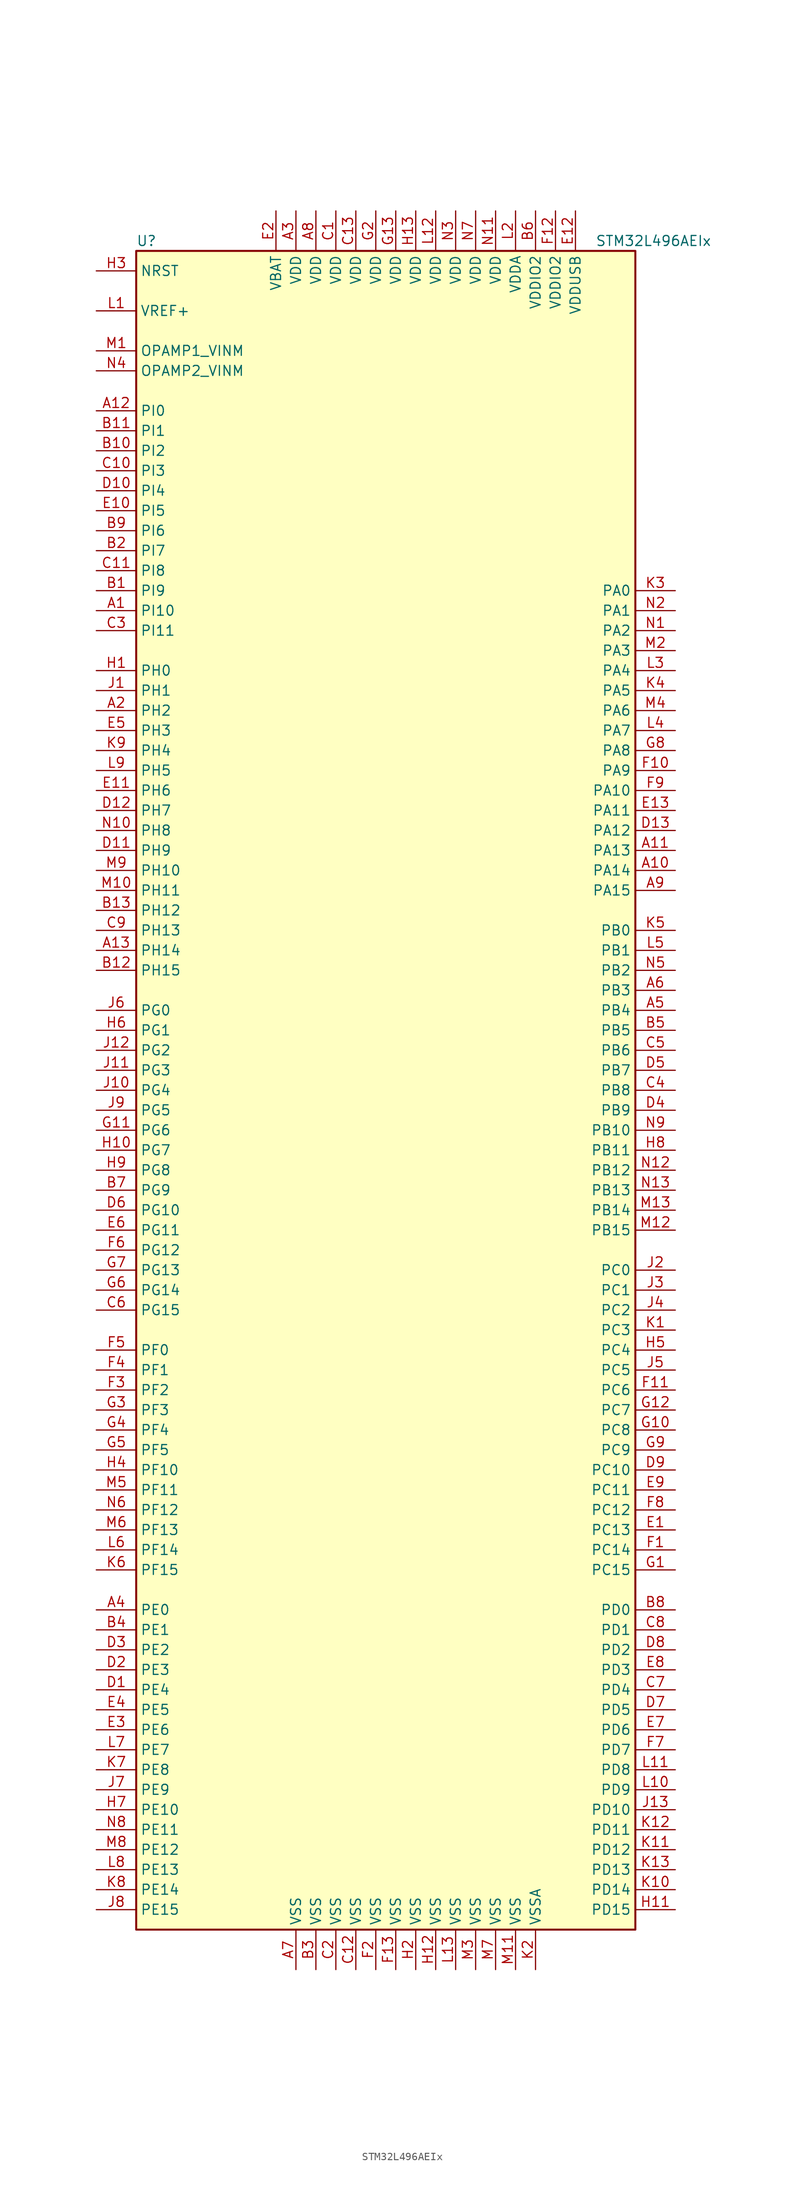
<source format=kicad_sym>
(kicad_symbol_lib
  (version 20201005)
  (generator kicad_symbol_editor)
  (symbol "STM32L496AEIx"
    (property "Reference" "U"
      (at -33.02 107.95 0)
      (effects (font (size 1.27 1.27)) (justify left)))
    (property "Value" "STM32L496AEIx"
      (at 25.4 107.95 0)
      (effects (font (size 1.27 1.27)) (justify left)))
    (symbol "STM32L496AEIx_0_1"
      (rectangle (start -33.02 -106.68) (end 30.48 106.68) (stroke (width 0.254)) (fill (type background))))
    (symbol "STM32L496AEIx_1_1"
      (pin bidirectional line (at -38.1 60.96 0) (length 5.08) (name "PI10" (effects (font (size 1.27 1.27)))) (number "A1" (effects (font (size 1.27 1.27)))))
      (pin bidirectional line (at 35.56 27.94 180) (length 5.08) (name "PA14" (effects (font (size 1.27 1.27)))) (number "A10" (effects (font (size 1.27 1.27)))))
      (pin bidirectional line (at 35.56 30.48 180) (length 5.08) (name "PA13" (effects (font (size 1.27 1.27)))) (number "A11" (effects (font (size 1.27 1.27)))))
      (pin bidirectional line (at -38.1 86.36 0) (length 5.08) (name "PI0" (effects (font (size 1.27 1.27)))) (number "A12" (effects (font (size 1.27 1.27)))))
      (pin bidirectional line (at -38.1 17.78 0) (length 5.08) (name "PH14" (effects (font (size 1.27 1.27)))) (number "A13" (effects (font (size 1.27 1.27)))))
      (pin bidirectional line (at -38.1 48.26 0) (length 5.08) (name "PH2" (effects (font (size 1.27 1.27)))) (number "A2" (effects (font (size 1.27 1.27)))))
      (pin power_in line (at -12.7 111.76 270) (length 5.08) (name "VDD" (effects (font (size 1.27 1.27)))) (number "A3" (effects (font (size 1.27 1.27)))))
      (pin bidirectional line (at -38.1 -66.04 0) (length 5.08) (name "PE0" (effects (font (size 1.27 1.27)))) (number "A4" (effects (font (size 1.27 1.27)))))
      (pin bidirectional line (at 35.56 10.16 180) (length 5.08) (name "PB4" (effects (font (size 1.27 1.27)))) (number "A5" (effects (font (size 1.27 1.27)))))
      (pin bidirectional line (at 35.56 12.7 180) (length 5.08) (name "PB3" (effects (font (size 1.27 1.27)))) (number "A6" (effects (font (size 1.27 1.27)))))
      (pin power_in line (at -12.7 -111.76 90) (length 5.08) (name "VSS" (effects (font (size 1.27 1.27)))) (number "A7" (effects (font (size 1.27 1.27)))))
      (pin power_in line (at -10.16 111.76 270) (length 5.08) (name "VDD" (effects (font (size 1.27 1.27)))) (number "A8" (effects (font (size 1.27 1.27)))))
      (pin bidirectional line (at 35.56 25.4 180) (length 5.08) (name "PA15" (effects (font (size 1.27 1.27)))) (number "A9" (effects (font (size 1.27 1.27)))))
      (pin bidirectional line (at -38.1 63.5 0) (length 5.08) (name "PI9" (effects (font (size 1.27 1.27)))) (number "B1" (effects (font (size 1.27 1.27)))))
      (pin bidirectional line (at -38.1 81.28 0) (length 5.08) (name "PI2" (effects (font (size 1.27 1.27)))) (number "B10" (effects (font (size 1.27 1.27)))))
      (pin bidirectional line (at -38.1 83.82 0) (length 5.08) (name "PI1" (effects (font (size 1.27 1.27)))) (number "B11" (effects (font (size 1.27 1.27)))))
      (pin bidirectional line (at -38.1 15.24 0) (length 5.08) (name "PH15" (effects (font (size 1.27 1.27)))) (number "B12" (effects (font (size 1.27 1.27)))))
      (pin bidirectional line (at -38.1 22.86 0) (length 5.08) (name "PH12" (effects (font (size 1.27 1.27)))) (number "B13" (effects (font (size 1.27 1.27)))))
      (pin bidirectional line (at -38.1 68.58 0) (length 5.08) (name "PI7" (effects (font (size 1.27 1.27)))) (number "B2" (effects (font (size 1.27 1.27)))))
      (pin power_in line (at -10.16 -111.76 90) (length 5.08) (name "VSS" (effects (font (size 1.27 1.27)))) (number "B3" (effects (font (size 1.27 1.27)))))
      (pin bidirectional line (at -38.1 -68.58 0) (length 5.08) (name "PE1" (effects (font (size 1.27 1.27)))) (number "B4" (effects (font (size 1.27 1.27)))))
      (pin bidirectional line (at 35.56 7.62 180) (length 5.08) (name "PB5" (effects (font (size 1.27 1.27)))) (number "B5" (effects (font (size 1.27 1.27)))))
      (pin power_in line (at 17.78 111.76 270) (length 5.08) (name "VDDIO2" (effects (font (size 1.27 1.27)))) (number "B6" (effects (font (size 1.27 1.27)))))
      (pin bidirectional line (at -38.1 -12.7 0) (length 5.08) (name "PG9" (effects (font (size 1.27 1.27)))) (number "B7" (effects (font (size 1.27 1.27)))))
      (pin bidirectional line (at 35.56 -66.04 180) (length 5.08) (name "PD0" (effects (font (size 1.27 1.27)))) (number "B8" (effects (font (size 1.27 1.27)))))
      (pin bidirectional line (at -38.1 71.12 0) (length 5.08) (name "PI6" (effects (font (size 1.27 1.27)))) (number "B9" (effects (font (size 1.27 1.27)))))
      (pin power_in line (at -7.62 111.76 270) (length 5.08) (name "VDD" (effects (font (size 1.27 1.27)))) (number "C1" (effects (font (size 1.27 1.27)))))
      (pin bidirectional line (at -38.1 78.74 0) (length 5.08) (name "PI3" (effects (font (size 1.27 1.27)))) (number "C10" (effects (font (size 1.27 1.27)))))
      (pin bidirectional line (at -38.1 66.04 0) (length 5.08) (name "PI8" (effects (font (size 1.27 1.27)))) (number "C11" (effects (font (size 1.27 1.27)))))
      (pin power_in line (at -5.08 -111.76 90) (length 5.08) (name "VSS" (effects (font (size 1.27 1.27)))) (number "C12" (effects (font (size 1.27 1.27)))))
      (pin power_in line (at -5.08 111.76 270) (length 5.08) (name "VDD" (effects (font (size 1.27 1.27)))) (number "C13" (effects (font (size 1.27 1.27)))))
      (pin power_in line (at -7.62 -111.76 90) (length 5.08) (name "VSS" (effects (font (size 1.27 1.27)))) (number "C2" (effects (font (size 1.27 1.27)))))
      (pin bidirectional line (at -38.1 58.42 0) (length 5.08) (name "PI11" (effects (font (size 1.27 1.27)))) (number "C3" (effects (font (size 1.27 1.27)))))
      (pin bidirectional line (at 35.56 0 180) (length 5.08) (name "PB8" (effects (font (size 1.27 1.27)))) (number "C4" (effects (font (size 1.27 1.27)))))
      (pin bidirectional line (at 35.56 5.08 180) (length 5.08) (name "PB6" (effects (font (size 1.27 1.27)))) (number "C5" (effects (font (size 1.27 1.27)))))
      (pin bidirectional line (at -38.1 -27.94 0) (length 5.08) (name "PG15" (effects (font (size 1.27 1.27)))) (number "C6" (effects (font (size 1.27 1.27)))))
      (pin bidirectional line (at 35.56 -76.2 180) (length 5.08) (name "PD4" (effects (font (size 1.27 1.27)))) (number "C7" (effects (font (size 1.27 1.27)))))
      (pin bidirectional line (at 35.56 -68.58 180) (length 5.08) (name "PD1" (effects (font (size 1.27 1.27)))) (number "C8" (effects (font (size 1.27 1.27)))))
      (pin bidirectional line (at -38.1 20.32 0) (length 5.08) (name "PH13" (effects (font (size 1.27 1.27)))) (number "C9" (effects (font (size 1.27 1.27)))))
      (pin bidirectional line (at -38.1 -76.2 0) (length 5.08) (name "PE4" (effects (font (size 1.27 1.27)))) (number "D1" (effects (font (size 1.27 1.27)))))
      (pin bidirectional line (at -38.1 76.2 0) (length 5.08) (name "PI4" (effects (font (size 1.27 1.27)))) (number "D10" (effects (font (size 1.27 1.27)))))
      (pin bidirectional line (at -38.1 30.48 0) (length 5.08) (name "PH9" (effects (font (size 1.27 1.27)))) (number "D11" (effects (font (size 1.27 1.27)))))
      (pin bidirectional line (at -38.1 35.56 0) (length 5.08) (name "PH7" (effects (font (size 1.27 1.27)))) (number "D12" (effects (font (size 1.27 1.27)))))
      (pin bidirectional line (at 35.56 33.02 180) (length 5.08) (name "PA12" (effects (font (size 1.27 1.27)))) (number "D13" (effects (font (size 1.27 1.27)))))
      (pin bidirectional line (at -38.1 -73.66 0) (length 5.08) (name "PE3" (effects (font (size 1.27 1.27)))) (number "D2" (effects (font (size 1.27 1.27)))))
      (pin bidirectional line (at -38.1 -71.12 0) (length 5.08) (name "PE2" (effects (font (size 1.27 1.27)))) (number "D3" (effects (font (size 1.27 1.27)))))
      (pin bidirectional line (at 35.56 -2.54 180) (length 5.08) (name "PB9" (effects (font (size 1.27 1.27)))) (number "D4" (effects (font (size 1.27 1.27)))))
      (pin bidirectional line (at 35.56 2.54 180) (length 5.08) (name "PB7" (effects (font (size 1.27 1.27)))) (number "D5" (effects (font (size 1.27 1.27)))))
      (pin bidirectional line (at -38.1 -15.24 0) (length 5.08) (name "PG10" (effects (font (size 1.27 1.27)))) (number "D6" (effects (font (size 1.27 1.27)))))
      (pin bidirectional line (at 35.56 -78.74 180) (length 5.08) (name "PD5" (effects (font (size 1.27 1.27)))) (number "D7" (effects (font (size 1.27 1.27)))))
      (pin bidirectional line (at 35.56 -71.12 180) (length 5.08) (name "PD2" (effects (font (size 1.27 1.27)))) (number "D8" (effects (font (size 1.27 1.27)))))
      (pin bidirectional line (at 35.56 -48.26 180) (length 5.08) (name "PC10" (effects (font (size 1.27 1.27)))) (number "D9" (effects (font (size 1.27 1.27)))))
      (pin bidirectional line (at 35.56 -55.88 180) (length 5.08) (name "PC13" (effects (font (size 1.27 1.27)))) (number "E1" (effects (font (size 1.27 1.27)))))
      (pin bidirectional line (at -38.1 73.66 0) (length 5.08) (name "PI5" (effects (font (size 1.27 1.27)))) (number "E10" (effects (font (size 1.27 1.27)))))
      (pin bidirectional line (at -38.1 38.1 0) (length 5.08) (name "PH6" (effects (font (size 1.27 1.27)))) (number "E11" (effects (font (size 1.27 1.27)))))
      (pin power_in line (at 22.86 111.76 270) (length 5.08) (name "VDDUSB" (effects (font (size 1.27 1.27)))) (number "E12" (effects (font (size 1.27 1.27)))))
      (pin bidirectional line (at 35.56 35.56 180) (length 5.08) (name "PA11" (effects (font (size 1.27 1.27)))) (number "E13" (effects (font (size 1.27 1.27)))))
      (pin power_in line (at -15.24 111.76 270) (length 5.08) (name "VBAT" (effects (font (size 1.27 1.27)))) (number "E2" (effects (font (size 1.27 1.27)))))
      (pin bidirectional line (at -38.1 -81.28 0) (length 5.08) (name "PE6" (effects (font (size 1.27 1.27)))) (number "E3" (effects (font (size 1.27 1.27)))))
      (pin bidirectional line (at -38.1 -78.74 0) (length 5.08) (name "PE5" (effects (font (size 1.27 1.27)))) (number "E4" (effects (font (size 1.27 1.27)))))
      (pin bidirectional line (at -38.1 45.72 0) (length 5.08) (name "PH3" (effects (font (size 1.27 1.27)))) (number "E5" (effects (font (size 1.27 1.27)))))
      (pin bidirectional line (at -38.1 -17.78 0) (length 5.08) (name "PG11" (effects (font (size 1.27 1.27)))) (number "E6" (effects (font (size 1.27 1.27)))))
      (pin bidirectional line (at 35.56 -81.28 180) (length 5.08) (name "PD6" (effects (font (size 1.27 1.27)))) (number "E7" (effects (font (size 1.27 1.27)))))
      (pin bidirectional line (at 35.56 -73.66 180) (length 5.08) (name "PD3" (effects (font (size 1.27 1.27)))) (number "E8" (effects (font (size 1.27 1.27)))))
      (pin bidirectional line (at 35.56 -50.8 180) (length 5.08) (name "PC11" (effects (font (size 1.27 1.27)))) (number "E9" (effects (font (size 1.27 1.27)))))
      (pin bidirectional line (at 35.56 -58.42 180) (length 5.08) (name "PC14" (effects (font (size 1.27 1.27)))) (number "F1" (effects (font (size 1.27 1.27)))))
      (pin bidirectional line (at 35.56 40.64 180) (length 5.08) (name "PA9" (effects (font (size 1.27 1.27)))) (number "F10" (effects (font (size 1.27 1.27)))))
      (pin bidirectional line (at 35.56 -38.1 180) (length 5.08) (name "PC6" (effects (font (size 1.27 1.27)))) (number "F11" (effects (font (size 1.27 1.27)))))
      (pin power_in line (at 20.32 111.76 270) (length 5.08) (name "VDDIO2" (effects (font (size 1.27 1.27)))) (number "F12" (effects (font (size 1.27 1.27)))))
      (pin power_in line (at 0 -111.76 90) (length 5.08) (name "VSS" (effects (font (size 1.27 1.27)))) (number "F13" (effects (font (size 1.27 1.27)))))
      (pin power_in line (at -2.54 -111.76 90) (length 5.08) (name "VSS" (effects (font (size 1.27 1.27)))) (number "F2" (effects (font (size 1.27 1.27)))))
      (pin bidirectional line (at -38.1 -38.1 0) (length 5.08) (name "PF2" (effects (font (size 1.27 1.27)))) (number "F3" (effects (font (size 1.27 1.27)))))
      (pin bidirectional line (at -38.1 -35.56 0) (length 5.08) (name "PF1" (effects (font (size 1.27 1.27)))) (number "F4" (effects (font (size 1.27 1.27)))))
      (pin bidirectional line (at -38.1 -33.02 0) (length 5.08) (name "PF0" (effects (font (size 1.27 1.27)))) (number "F5" (effects (font (size 1.27 1.27)))))
      (pin bidirectional line (at -38.1 -20.32 0) (length 5.08) (name "PG12" (effects (font (size 1.27 1.27)))) (number "F6" (effects (font (size 1.27 1.27)))))
      (pin bidirectional line (at 35.56 -83.82 180) (length 5.08) (name "PD7" (effects (font (size 1.27 1.27)))) (number "F7" (effects (font (size 1.27 1.27)))))
      (pin bidirectional line (at 35.56 -53.34 180) (length 5.08) (name "PC12" (effects (font (size 1.27 1.27)))) (number "F8" (effects (font (size 1.27 1.27)))))
      (pin bidirectional line (at 35.56 38.1 180) (length 5.08) (name "PA10" (effects (font (size 1.27 1.27)))) (number "F9" (effects (font (size 1.27 1.27)))))
      (pin bidirectional line (at 35.56 -60.96 180) (length 5.08) (name "PC15" (effects (font (size 1.27 1.27)))) (number "G1" (effects (font (size 1.27 1.27)))))
      (pin bidirectional line (at 35.56 -43.18 180) (length 5.08) (name "PC8" (effects (font (size 1.27 1.27)))) (number "G10" (effects (font (size 1.27 1.27)))))
      (pin bidirectional line (at -38.1 -5.08 0) (length 5.08) (name "PG6" (effects (font (size 1.27 1.27)))) (number "G11" (effects (font (size 1.27 1.27)))))
      (pin bidirectional line (at 35.56 -40.64 180) (length 5.08) (name "PC7" (effects (font (size 1.27 1.27)))) (number "G12" (effects (font (size 1.27 1.27)))))
      (pin power_in line (at 0 111.76 270) (length 5.08) (name "VDD" (effects (font (size 1.27 1.27)))) (number "G13" (effects (font (size 1.27 1.27)))))
      (pin power_in line (at -2.54 111.76 270) (length 5.08) (name "VDD" (effects (font (size 1.27 1.27)))) (number "G2" (effects (font (size 1.27 1.27)))))
      (pin bidirectional line (at -38.1 -40.64 0) (length 5.08) (name "PF3" (effects (font (size 1.27 1.27)))) (number "G3" (effects (font (size 1.27 1.27)))))
      (pin bidirectional line (at -38.1 -43.18 0) (length 5.08) (name "PF4" (effects (font (size 1.27 1.27)))) (number "G4" (effects (font (size 1.27 1.27)))))
      (pin bidirectional line (at -38.1 -45.72 0) (length 5.08) (name "PF5" (effects (font (size 1.27 1.27)))) (number "G5" (effects (font (size 1.27 1.27)))))
      (pin bidirectional line (at -38.1 -25.4 0) (length 5.08) (name "PG14" (effects (font (size 1.27 1.27)))) (number "G6" (effects (font (size 1.27 1.27)))))
      (pin bidirectional line (at -38.1 -22.86 0) (length 5.08) (name "PG13" (effects (font (size 1.27 1.27)))) (number "G7" (effects (font (size 1.27 1.27)))))
      (pin bidirectional line (at 35.56 43.18 180) (length 5.08) (name "PA8" (effects (font (size 1.27 1.27)))) (number "G8" (effects (font (size 1.27 1.27)))))
      (pin bidirectional line (at 35.56 -45.72 180) (length 5.08) (name "PC9" (effects (font (size 1.27 1.27)))) (number "G9" (effects (font (size 1.27 1.27)))))
      (pin input line (at -38.1 53.34 0) (length 5.08) (name "PH0" (effects (font (size 1.27 1.27)))) (number "H1" (effects (font (size 1.27 1.27)))))
      (pin bidirectional line (at -38.1 -7.62 0) (length 5.08) (name "PG7" (effects (font (size 1.27 1.27)))) (number "H10" (effects (font (size 1.27 1.27)))))
      (pin bidirectional line (at 35.56 -104.14 180) (length 5.08) (name "PD15" (effects (font (size 1.27 1.27)))) (number "H11" (effects (font (size 1.27 1.27)))))
      (pin power_in line (at 5.08 -111.76 90) (length 5.08) (name "VSS" (effects (font (size 1.27 1.27)))) (number "H12" (effects (font (size 1.27 1.27)))))
      (pin power_in line (at 2.54 111.76 270) (length 5.08) (name "VDD" (effects (font (size 1.27 1.27)))) (number "H13" (effects (font (size 1.27 1.27)))))
      (pin power_in line (at 2.54 -111.76 90) (length 5.08) (name "VSS" (effects (font (size 1.27 1.27)))) (number "H2" (effects (font (size 1.27 1.27)))))
      (pin input line (at -38.1 104.14 0) (length 5.08) (name "NRST" (effects (font (size 1.27 1.27)))) (number "H3" (effects (font (size 1.27 1.27)))))
      (pin bidirectional line (at -38.1 -48.26 0) (length 5.08) (name "PF10" (effects (font (size 1.27 1.27)))) (number "H4" (effects (font (size 1.27 1.27)))))
      (pin bidirectional line (at 35.56 -33.02 180) (length 5.08) (name "PC4" (effects (font (size 1.27 1.27)))) (number "H5" (effects (font (size 1.27 1.27)))))
      (pin bidirectional line (at -38.1 7.62 0) (length 5.08) (name "PG1" (effects (font (size 1.27 1.27)))) (number "H6" (effects (font (size 1.27 1.27)))))
      (pin bidirectional line (at -38.1 -91.44 0) (length 5.08) (name "PE10" (effects (font (size 1.27 1.27)))) (number "H7" (effects (font (size 1.27 1.27)))))
      (pin bidirectional line (at 35.56 -7.62 180) (length 5.08) (name "PB11" (effects (font (size 1.27 1.27)))) (number "H8" (effects (font (size 1.27 1.27)))))
      (pin bidirectional line (at -38.1 -10.16 0) (length 5.08) (name "PG8" (effects (font (size 1.27 1.27)))) (number "H9" (effects (font (size 1.27 1.27)))))
      (pin input line (at -38.1 50.8 0) (length 5.08) (name "PH1" (effects (font (size 1.27 1.27)))) (number "J1" (effects (font (size 1.27 1.27)))))
      (pin bidirectional line (at -38.1 0 0) (length 5.08) (name "PG4" (effects (font (size 1.27 1.27)))) (number "J10" (effects (font (size 1.27 1.27)))))
      (pin bidirectional line (at -38.1 2.54 0) (length 5.08) (name "PG3" (effects (font (size 1.27 1.27)))) (number "J11" (effects (font (size 1.27 1.27)))))
      (pin bidirectional line (at -38.1 5.08 0) (length 5.08) (name "PG2" (effects (font (size 1.27 1.27)))) (number "J12" (effects (font (size 1.27 1.27)))))
      (pin bidirectional line (at 35.56 -91.44 180) (length 5.08) (name "PD10" (effects (font (size 1.27 1.27)))) (number "J13" (effects (font (size 1.27 1.27)))))
      (pin bidirectional line (at 35.56 -22.86 180) (length 5.08) (name "PC0" (effects (font (size 1.27 1.27)))) (number "J2" (effects (font (size 1.27 1.27)))))
      (pin bidirectional line (at 35.56 -25.4 180) (length 5.08) (name "PC1" (effects (font (size 1.27 1.27)))) (number "J3" (effects (font (size 1.27 1.27)))))
      (pin bidirectional line (at 35.56 -27.94 180) (length 5.08) (name "PC2" (effects (font (size 1.27 1.27)))) (number "J4" (effects (font (size 1.27 1.27)))))
      (pin bidirectional line (at 35.56 -35.56 180) (length 5.08) (name "PC5" (effects (font (size 1.27 1.27)))) (number "J5" (effects (font (size 1.27 1.27)))))
      (pin bidirectional line (at -38.1 10.16 0) (length 5.08) (name "PG0" (effects (font (size 1.27 1.27)))) (number "J6" (effects (font (size 1.27 1.27)))))
      (pin bidirectional line (at -38.1 -88.9 0) (length 5.08) (name "PE9" (effects (font (size 1.27 1.27)))) (number "J7" (effects (font (size 1.27 1.27)))))
      (pin bidirectional line (at -38.1 -104.14 0) (length 5.08) (name "PE15" (effects (font (size 1.27 1.27)))) (number "J8" (effects (font (size 1.27 1.27)))))
      (pin bidirectional line (at -38.1 -2.54 0) (length 5.08) (name "PG5" (effects (font (size 1.27 1.27)))) (number "J9" (effects (font (size 1.27 1.27)))))
      (pin bidirectional line (at 35.56 -30.48 180) (length 5.08) (name "PC3" (effects (font (size 1.27 1.27)))) (number "K1" (effects (font (size 1.27 1.27)))))
      (pin bidirectional line (at 35.56 -101.6 180) (length 5.08) (name "PD14" (effects (font (size 1.27 1.27)))) (number "K10" (effects (font (size 1.27 1.27)))))
      (pin bidirectional line (at 35.56 -96.52 180) (length 5.08) (name "PD12" (effects (font (size 1.27 1.27)))) (number "K11" (effects (font (size 1.27 1.27)))))
      (pin bidirectional line (at 35.56 -93.98 180) (length 5.08) (name "PD11" (effects (font (size 1.27 1.27)))) (number "K12" (effects (font (size 1.27 1.27)))))
      (pin bidirectional line (at 35.56 -99.06 180) (length 5.08) (name "PD13" (effects (font (size 1.27 1.27)))) (number "K13" (effects (font (size 1.27 1.27)))))
      (pin power_in line (at 17.78 -111.76 90) (length 5.08) (name "VSSA" (effects (font (size 1.27 1.27)))) (number "K2" (effects (font (size 1.27 1.27)))))
      (pin bidirectional line (at 35.56 63.5 180) (length 5.08) (name "PA0" (effects (font (size 1.27 1.27)))) (number "K3" (effects (font (size 1.27 1.27)))))
      (pin bidirectional line (at 35.56 50.8 180) (length 5.08) (name "PA5" (effects (font (size 1.27 1.27)))) (number "K4" (effects (font (size 1.27 1.27)))))
      (pin bidirectional line (at 35.56 20.32 180) (length 5.08) (name "PB0" (effects (font (size 1.27 1.27)))) (number "K5" (effects (font (size 1.27 1.27)))))
      (pin bidirectional line (at -38.1 -60.96 0) (length 5.08) (name "PF15" (effects (font (size 1.27 1.27)))) (number "K6" (effects (font (size 1.27 1.27)))))
      (pin bidirectional line (at -38.1 -86.36 0) (length 5.08) (name "PE8" (effects (font (size 1.27 1.27)))) (number "K7" (effects (font (size 1.27 1.27)))))
      (pin bidirectional line (at -38.1 -101.6 0) (length 5.08) (name "PE14" (effects (font (size 1.27 1.27)))) (number "K8" (effects (font (size 1.27 1.27)))))
      (pin bidirectional line (at -38.1 43.18 0) (length 5.08) (name "PH4" (effects (font (size 1.27 1.27)))) (number "K9" (effects (font (size 1.27 1.27)))))
      (pin bidirectional line (at -38.1 99.06 0) (length 5.08) (name "VREF+" (effects (font (size 1.27 1.27)))) (number "L1" (effects (font (size 1.27 1.27)))))
      (pin bidirectional line (at 35.56 -88.9 180) (length 5.08) (name "PD9" (effects (font (size 1.27 1.27)))) (number "L10" (effects (font (size 1.27 1.27)))))
      (pin bidirectional line (at 35.56 -86.36 180) (length 5.08) (name "PD8" (effects (font (size 1.27 1.27)))) (number "L11" (effects (font (size 1.27 1.27)))))
      (pin power_in line (at 5.08 111.76 270) (length 5.08) (name "VDD" (effects (font (size 1.27 1.27)))) (number "L12" (effects (font (size 1.27 1.27)))))
      (pin power_in line (at 7.62 -111.76 90) (length 5.08) (name "VSS" (effects (font (size 1.27 1.27)))) (number "L13" (effects (font (size 1.27 1.27)))))
      (pin power_in line (at 15.24 111.76 270) (length 5.08) (name "VDDA" (effects (font (size 1.27 1.27)))) (number "L2" (effects (font (size 1.27 1.27)))))
      (pin bidirectional line (at 35.56 53.34 180) (length 5.08) (name "PA4" (effects (font (size 1.27 1.27)))) (number "L3" (effects (font (size 1.27 1.27)))))
      (pin bidirectional line (at 35.56 45.72 180) (length 5.08) (name "PA7" (effects (font (size 1.27 1.27)))) (number "L4" (effects (font (size 1.27 1.27)))))
      (pin bidirectional line (at 35.56 17.78 180) (length 5.08) (name "PB1" (effects (font (size 1.27 1.27)))) (number "L5" (effects (font (size 1.27 1.27)))))
      (pin bidirectional line (at -38.1 -58.42 0) (length 5.08) (name "PF14" (effects (font (size 1.27 1.27)))) (number "L6" (effects (font (size 1.27 1.27)))))
      (pin bidirectional line (at -38.1 -83.82 0) (length 5.08) (name "PE7" (effects (font (size 1.27 1.27)))) (number "L7" (effects (font (size 1.27 1.27)))))
      (pin bidirectional line (at -38.1 -99.06 0) (length 5.08) (name "PE13" (effects (font (size 1.27 1.27)))) (number "L8" (effects (font (size 1.27 1.27)))))
      (pin bidirectional line (at -38.1 40.64 0) (length 5.08) (name "PH5" (effects (font (size 1.27 1.27)))) (number "L9" (effects (font (size 1.27 1.27)))))
      (pin bidirectional line (at -38.1 93.98 0) (length 5.08) (name "OPAMP1_VINM" (effects (font (size 1.27 1.27)))) (number "M1" (effects (font (size 1.27 1.27)))))
      (pin bidirectional line (at -38.1 25.4 0) (length 5.08) (name "PH11" (effects (font (size 1.27 1.27)))) (number "M10" (effects (font (size 1.27 1.27)))))
      (pin power_in line (at 15.24 -111.76 90) (length 5.08) (name "VSS" (effects (font (size 1.27 1.27)))) (number "M11" (effects (font (size 1.27 1.27)))))
      (pin bidirectional line (at 35.56 -17.78 180) (length 5.08) (name "PB15" (effects (font (size 1.27 1.27)))) (number "M12" (effects (font (size 1.27 1.27)))))
      (pin bidirectional line (at 35.56 -15.24 180) (length 5.08) (name "PB14" (effects (font (size 1.27 1.27)))) (number "M13" (effects (font (size 1.27 1.27)))))
      (pin bidirectional line (at 35.56 55.88 180) (length 5.08) (name "PA3" (effects (font (size 1.27 1.27)))) (number "M2" (effects (font (size 1.27 1.27)))))
      (pin power_in line (at 10.16 -111.76 90) (length 5.08) (name "VSS" (effects (font (size 1.27 1.27)))) (number "M3" (effects (font (size 1.27 1.27)))))
      (pin bidirectional line (at 35.56 48.26 180) (length 5.08) (name "PA6" (effects (font (size 1.27 1.27)))) (number "M4" (effects (font (size 1.27 1.27)))))
      (pin bidirectional line (at -38.1 -50.8 0) (length 5.08) (name "PF11" (effects (font (size 1.27 1.27)))) (number "M5" (effects (font (size 1.27 1.27)))))
      (pin bidirectional line (at -38.1 -55.88 0) (length 5.08) (name "PF13" (effects (font (size 1.27 1.27)))) (number "M6" (effects (font (size 1.27 1.27)))))
      (pin power_in line (at 12.7 -111.76 90) (length 5.08) (name "VSS" (effects (font (size 1.27 1.27)))) (number "M7" (effects (font (size 1.27 1.27)))))
      (pin bidirectional line (at -38.1 -96.52 0) (length 5.08) (name "PE12" (effects (font (size 1.27 1.27)))) (number "M8" (effects (font (size 1.27 1.27)))))
      (pin bidirectional line (at -38.1 27.94 0) (length 5.08) (name "PH10" (effects (font (size 1.27 1.27)))) (number "M9" (effects (font (size 1.27 1.27)))))
      (pin bidirectional line (at 35.56 58.42 180) (length 5.08) (name "PA2" (effects (font (size 1.27 1.27)))) (number "N1" (effects (font (size 1.27 1.27)))))
      (pin bidirectional line (at -38.1 33.02 0) (length 5.08) (name "PH8" (effects (font (size 1.27 1.27)))) (number "N10" (effects (font (size 1.27 1.27)))))
      (pin power_in line (at 12.7 111.76 270) (length 5.08) (name "VDD" (effects (font (size 1.27 1.27)))) (number "N11" (effects (font (size 1.27 1.27)))))
      (pin bidirectional line (at 35.56 -10.16 180) (length 5.08) (name "PB12" (effects (font (size 1.27 1.27)))) (number "N12" (effects (font (size 1.27 1.27)))))
      (pin bidirectional line (at 35.56 -12.7 180) (length 5.08) (name "PB13" (effects (font (size 1.27 1.27)))) (number "N13" (effects (font (size 1.27 1.27)))))
      (pin bidirectional line (at 35.56 60.96 180) (length 5.08) (name "PA1" (effects (font (size 1.27 1.27)))) (number "N2" (effects (font (size 1.27 1.27)))))
      (pin power_in line (at 7.62 111.76 270) (length 5.08) (name "VDD" (effects (font (size 1.27 1.27)))) (number "N3" (effects (font (size 1.27 1.27)))))
      (pin bidirectional line (at -38.1 91.44 0) (length 5.08) (name "OPAMP2_VINM" (effects (font (size 1.27 1.27)))) (number "N4" (effects (font (size 1.27 1.27)))))
      (pin bidirectional line (at 35.56 15.24 180) (length 5.08) (name "PB2" (effects (font (size 1.27 1.27)))) (number "N5" (effects (font (size 1.27 1.27)))))
      (pin bidirectional line (at -38.1 -53.34 0) (length 5.08) (name "PF12" (effects (font (size 1.27 1.27)))) (number "N6" (effects (font (size 1.27 1.27)))))
      (pin power_in line (at 10.16 111.76 270) (length 5.08) (name "VDD" (effects (font (size 1.27 1.27)))) (number "N7" (effects (font (size 1.27 1.27)))))
      (pin bidirectional line (at -38.1 -93.98 0) (length 5.08) (name "PE11" (effects (font (size 1.27 1.27)))) (number "N8" (effects (font (size 1.27 1.27)))))
      (pin bidirectional line (at 35.56 -5.08 180) (length 5.08) (name "PB10" (effects (font (size 1.27 1.27)))) (number "N9" (effects (font (size 1.27 1.27))))))))
</source>
